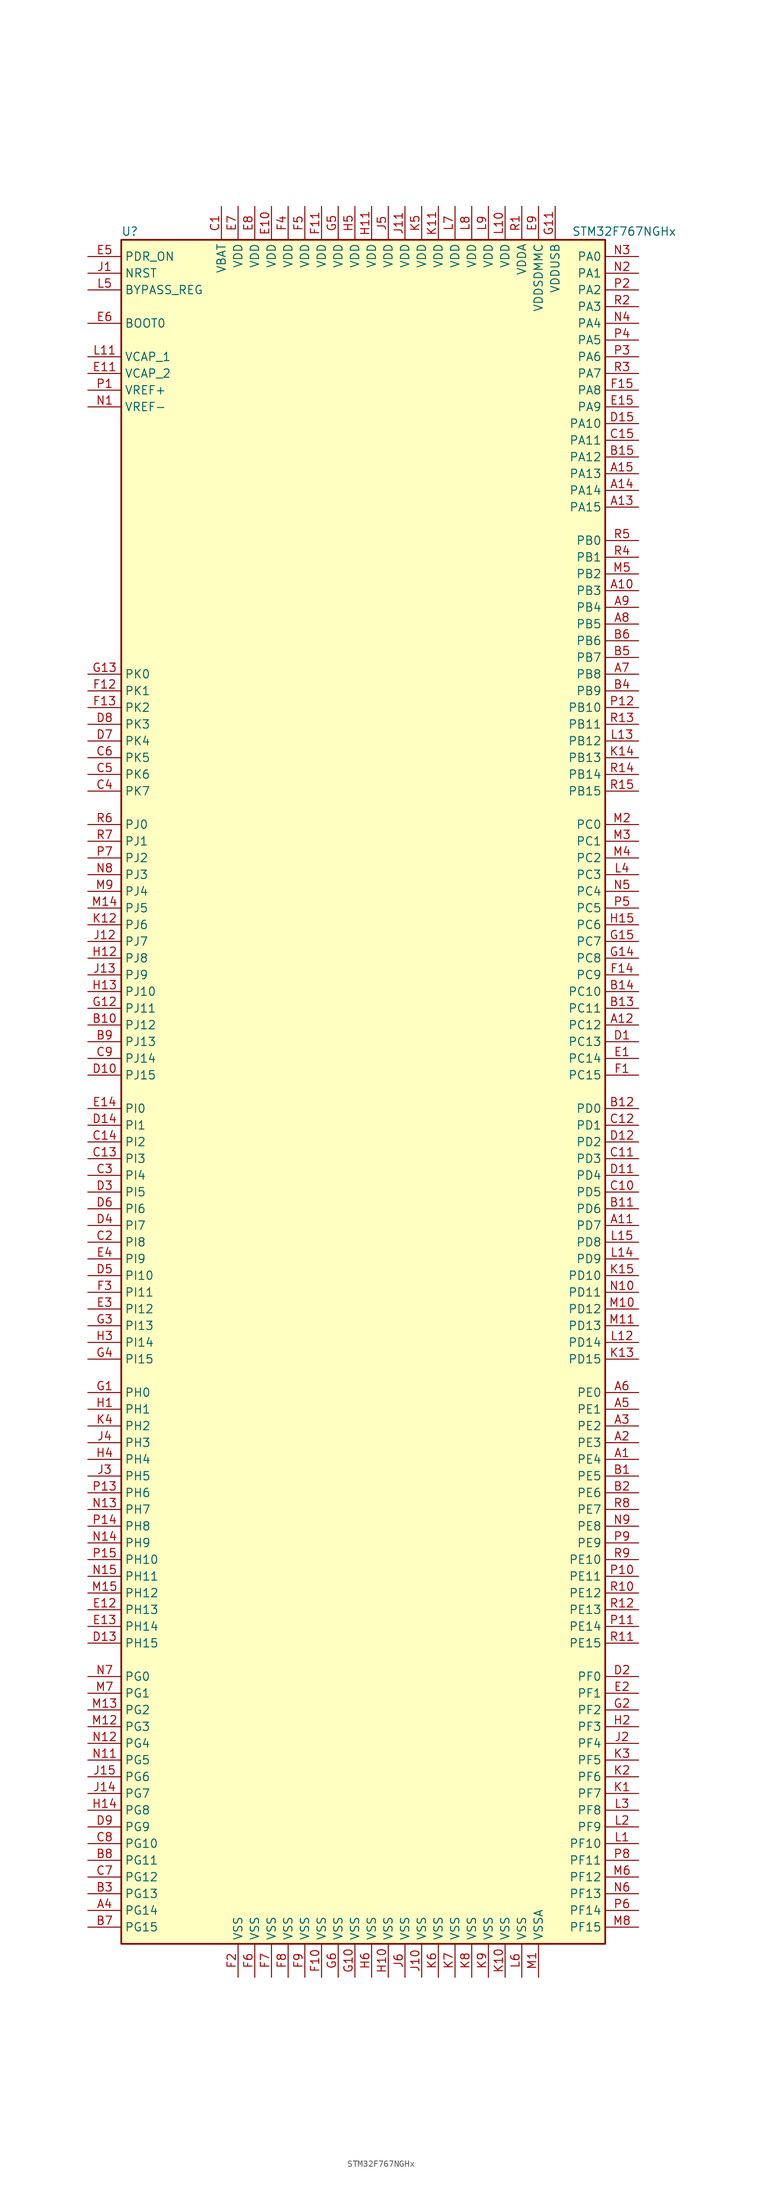
<source format=kicad_sym>
(kicad_symbol_lib
  (version 20201005)
  (generator kicad_symbol_editor)
  (symbol "MCU_ST_STM32F7:STM32F767NGHx"
    (property "Reference" "U"
      (at -38.1 130.81 0)
      (effects (font (size 1.27 1.27)) (justify left)))
    (property "Value" "STM32F767NGHx"
      (at 30.48 130.81 0)
      (effects (font (size 1.27 1.27)) (justify left)))
    (symbol "STM32F767NGHx_0_1"
      (rectangle (start -38.1 -129.54) (end 35.56 129.54) (stroke (width 0.254)) (fill (type background))))
    (symbol "STM32F767NGHx_1_1"
      (pin input line (at -43.18 116.84 0) (length 5.08) (name "BOOT0" (effects (font (size 1.27 1.27)))) (number "E6" (effects (font (size 1.27 1.27)))))
      (pin input line (at -43.18 121.92 0) (length 5.08) (name "BYPASS_REG" (effects (font (size 1.27 1.27)))) (number "L5" (effects (font (size 1.27 1.27)))))
      (pin input line (at -43.18 124.46 0) (length 5.08) (name "NRST" (effects (font (size 1.27 1.27)))) (number "J1" (effects (font (size 1.27 1.27)))))
      (pin bidirectional line (at 40.64 127 180) (length 5.08) (name "PA0" (effects (font (size 1.27 1.27)))) (number "N3" (effects (font (size 1.27 1.27)))))
      (pin bidirectional line (at 40.64 124.46 180) (length 5.08) (name "PA1" (effects (font (size 1.27 1.27)))) (number "N2" (effects (font (size 1.27 1.27)))))
      (pin bidirectional line (at 40.64 101.6 180) (length 5.08) (name "PA10" (effects (font (size 1.27 1.27)))) (number "D15" (effects (font (size 1.27 1.27)))))
      (pin bidirectional line (at 40.64 99.06 180) (length 5.08) (name "PA11" (effects (font (size 1.27 1.27)))) (number "C15" (effects (font (size 1.27 1.27)))))
      (pin bidirectional line (at 40.64 96.52 180) (length 5.08) (name "PA12" (effects (font (size 1.27 1.27)))) (number "B15" (effects (font (size 1.27 1.27)))))
      (pin bidirectional line (at 40.64 93.98 180) (length 5.08) (name "PA13" (effects (font (size 1.27 1.27)))) (number "A15" (effects (font (size 1.27 1.27)))))
      (pin bidirectional line (at 40.64 91.44 180) (length 5.08) (name "PA14" (effects (font (size 1.27 1.27)))) (number "A14" (effects (font (size 1.27 1.27)))))
      (pin bidirectional line (at 40.64 88.9 180) (length 5.08) (name "PA15" (effects (font (size 1.27 1.27)))) (number "A13" (effects (font (size 1.27 1.27)))))
      (pin bidirectional line (at 40.64 121.92 180) (length 5.08) (name "PA2" (effects (font (size 1.27 1.27)))) (number "P2" (effects (font (size 1.27 1.27)))))
      (pin bidirectional line (at 40.64 119.38 180) (length 5.08) (name "PA3" (effects (font (size 1.27 1.27)))) (number "R2" (effects (font (size 1.27 1.27)))))
      (pin bidirectional line (at 40.64 116.84 180) (length 5.08) (name "PA4" (effects (font (size 1.27 1.27)))) (number "N4" (effects (font (size 1.27 1.27)))))
      (pin bidirectional line (at 40.64 114.3 180) (length 5.08) (name "PA5" (effects (font (size 1.27 1.27)))) (number "P4" (effects (font (size 1.27 1.27)))))
      (pin bidirectional line (at 40.64 111.76 180) (length 5.08) (name "PA6" (effects (font (size 1.27 1.27)))) (number "P3" (effects (font (size 1.27 1.27)))))
      (pin bidirectional line (at 40.64 109.22 180) (length 5.08) (name "PA7" (effects (font (size 1.27 1.27)))) (number "R3" (effects (font (size 1.27 1.27)))))
      (pin bidirectional line (at 40.64 106.68 180) (length 5.08) (name "PA8" (effects (font (size 1.27 1.27)))) (number "F15" (effects (font (size 1.27 1.27)))))
      (pin bidirectional line (at 40.64 104.14 180) (length 5.08) (name "PA9" (effects (font (size 1.27 1.27)))) (number "E15" (effects (font (size 1.27 1.27)))))
      (pin bidirectional line (at 40.64 83.82 180) (length 5.08) (name "PB0" (effects (font (size 1.27 1.27)))) (number "R5" (effects (font (size 1.27 1.27)))))
      (pin bidirectional line (at 40.64 81.28 180) (length 5.08) (name "PB1" (effects (font (size 1.27 1.27)))) (number "R4" (effects (font (size 1.27 1.27)))))
      (pin bidirectional line (at 40.64 58.42 180) (length 5.08) (name "PB10" (effects (font (size 1.27 1.27)))) (number "P12" (effects (font (size 1.27 1.27)))))
      (pin bidirectional line (at 40.64 55.88 180) (length 5.08) (name "PB11" (effects (font (size 1.27 1.27)))) (number "R13" (effects (font (size 1.27 1.27)))))
      (pin bidirectional line (at 40.64 53.34 180) (length 5.08) (name "PB12" (effects (font (size 1.27 1.27)))) (number "L13" (effects (font (size 1.27 1.27)))))
      (pin bidirectional line (at 40.64 50.8 180) (length 5.08) (name "PB13" (effects (font (size 1.27 1.27)))) (number "K14" (effects (font (size 1.27 1.27)))))
      (pin bidirectional line (at 40.64 48.26 180) (length 5.08) (name "PB14" (effects (font (size 1.27 1.27)))) (number "R14" (effects (font (size 1.27 1.27)))))
      (pin bidirectional line (at 40.64 45.72 180) (length 5.08) (name "PB15" (effects (font (size 1.27 1.27)))) (number "R15" (effects (font (size 1.27 1.27)))))
      (pin bidirectional line (at 40.64 78.74 180) (length 5.08) (name "PB2" (effects (font (size 1.27 1.27)))) (number "M5" (effects (font (size 1.27 1.27)))))
      (pin bidirectional line (at 40.64 76.2 180) (length 5.08) (name "PB3" (effects (font (size 1.27 1.27)))) (number "A10" (effects (font (size 1.27 1.27)))))
      (pin bidirectional line (at 40.64 73.66 180) (length 5.08) (name "PB4" (effects (font (size 1.27 1.27)))) (number "A9" (effects (font (size 1.27 1.27)))))
      (pin bidirectional line (at 40.64 71.12 180) (length 5.08) (name "PB5" (effects (font (size 1.27 1.27)))) (number "A8" (effects (font (size 1.27 1.27)))))
      (pin bidirectional line (at 40.64 68.58 180) (length 5.08) (name "PB6" (effects (font (size 1.27 1.27)))) (number "B6" (effects (font (size 1.27 1.27)))))
      (pin bidirectional line (at 40.64 66.04 180) (length 5.08) (name "PB7" (effects (font (size 1.27 1.27)))) (number "B5" (effects (font (size 1.27 1.27)))))
      (pin bidirectional line (at 40.64 63.5 180) (length 5.08) (name "PB8" (effects (font (size 1.27 1.27)))) (number "A7" (effects (font (size 1.27 1.27)))))
      (pin bidirectional line (at 40.64 60.96 180) (length 5.08) (name "PB9" (effects (font (size 1.27 1.27)))) (number "B4" (effects (font (size 1.27 1.27)))))
      (pin bidirectional line (at 40.64 40.64 180) (length 5.08) (name "PC0" (effects (font (size 1.27 1.27)))) (number "M2" (effects (font (size 1.27 1.27)))))
      (pin bidirectional line (at 40.64 38.1 180) (length 5.08) (name "PC1" (effects (font (size 1.27 1.27)))) (number "M3" (effects (font (size 1.27 1.27)))))
      (pin bidirectional line (at 40.64 15.24 180) (length 5.08) (name "PC10" (effects (font (size 1.27 1.27)))) (number "B14" (effects (font (size 1.27 1.27)))))
      (pin bidirectional line (at 40.64 12.7 180) (length 5.08) (name "PC11" (effects (font (size 1.27 1.27)))) (number "B13" (effects (font (size 1.27 1.27)))))
      (pin bidirectional line (at 40.64 10.16 180) (length 5.08) (name "PC12" (effects (font (size 1.27 1.27)))) (number "A12" (effects (font (size 1.27 1.27)))))
      (pin bidirectional line (at 40.64 7.62 180) (length 5.08) (name "PC13" (effects (font (size 1.27 1.27)))) (number "D1" (effects (font (size 1.27 1.27)))))
      (pin bidirectional line (at 40.64 5.08 180) (length 5.08) (name "PC14" (effects (font (size 1.27 1.27)))) (number "E1" (effects (font (size 1.27 1.27)))))
      (pin bidirectional line (at 40.64 2.54 180) (length 5.08) (name "PC15" (effects (font (size 1.27 1.27)))) (number "F1" (effects (font (size 1.27 1.27)))))
      (pin bidirectional line (at 40.64 35.56 180) (length 5.08) (name "PC2" (effects (font (size 1.27 1.27)))) (number "M4" (effects (font (size 1.27 1.27)))))
      (pin bidirectional line (at 40.64 33.02 180) (length 5.08) (name "PC3" (effects (font (size 1.27 1.27)))) (number "L4" (effects (font (size 1.27 1.27)))))
      (pin bidirectional line (at 40.64 30.48 180) (length 5.08) (name "PC4" (effects (font (size 1.27 1.27)))) (number "N5" (effects (font (size 1.27 1.27)))))
      (pin bidirectional line (at 40.64 27.94 180) (length 5.08) (name "PC5" (effects (font (size 1.27 1.27)))) (number "P5" (effects (font (size 1.27 1.27)))))
      (pin bidirectional line (at 40.64 25.4 180) (length 5.08) (name "PC6" (effects (font (size 1.27 1.27)))) (number "H15" (effects (font (size 1.27 1.27)))))
      (pin bidirectional line (at 40.64 22.86 180) (length 5.08) (name "PC7" (effects (font (size 1.27 1.27)))) (number "G15" (effects (font (size 1.27 1.27)))))
      (pin bidirectional line (at 40.64 20.32 180) (length 5.08) (name "PC8" (effects (font (size 1.27 1.27)))) (number "G14" (effects (font (size 1.27 1.27)))))
      (pin bidirectional line (at 40.64 17.78 180) (length 5.08) (name "PC9" (effects (font (size 1.27 1.27)))) (number "F14" (effects (font (size 1.27 1.27)))))
      (pin bidirectional line (at 40.64 -2.54 180) (length 5.08) (name "PD0" (effects (font (size 1.27 1.27)))) (number "B12" (effects (font (size 1.27 1.27)))))
      (pin bidirectional line (at 40.64 -5.08 180) (length 5.08) (name "PD1" (effects (font (size 1.27 1.27)))) (number "C12" (effects (font (size 1.27 1.27)))))
      (pin bidirectional line (at 40.64 -27.94 180) (length 5.08) (name "PD10" (effects (font (size 1.27 1.27)))) (number "K15" (effects (font (size 1.27 1.27)))))
      (pin bidirectional line (at 40.64 -30.48 180) (length 5.08) (name "PD11" (effects (font (size 1.27 1.27)))) (number "N10" (effects (font (size 1.27 1.27)))))
      (pin bidirectional line (at 40.64 -33.02 180) (length 5.08) (name "PD12" (effects (font (size 1.27 1.27)))) (number "M10" (effects (font (size 1.27 1.27)))))
      (pin bidirectional line (at 40.64 -35.56 180) (length 5.08) (name "PD13" (effects (font (size 1.27 1.27)))) (number "M11" (effects (font (size 1.27 1.27)))))
      (pin bidirectional line (at 40.64 -38.1 180) (length 5.08) (name "PD14" (effects (font (size 1.27 1.27)))) (number "L12" (effects (font (size 1.27 1.27)))))
      (pin bidirectional line (at 40.64 -40.64 180) (length 5.08) (name "PD15" (effects (font (size 1.27 1.27)))) (number "K13" (effects (font (size 1.27 1.27)))))
      (pin bidirectional line (at 40.64 -7.62 180) (length 5.08) (name "PD2" (effects (font (size 1.27 1.27)))) (number "D12" (effects (font (size 1.27 1.27)))))
      (pin bidirectional line (at 40.64 -10.16 180) (length 5.08) (name "PD3" (effects (font (size 1.27 1.27)))) (number "C11" (effects (font (size 1.27 1.27)))))
      (pin bidirectional line (at 40.64 -12.7 180) (length 5.08) (name "PD4" (effects (font (size 1.27 1.27)))) (number "D11" (effects (font (size 1.27 1.27)))))
      (pin bidirectional line (at 40.64 -15.24 180) (length 5.08) (name "PD5" (effects (font (size 1.27 1.27)))) (number "C10" (effects (font (size 1.27 1.27)))))
      (pin bidirectional line (at 40.64 -17.78 180) (length 5.08) (name "PD6" (effects (font (size 1.27 1.27)))) (number "B11" (effects (font (size 1.27 1.27)))))
      (pin bidirectional line (at 40.64 -20.32 180) (length 5.08) (name "PD7" (effects (font (size 1.27 1.27)))) (number "A11" (effects (font (size 1.27 1.27)))))
      (pin bidirectional line (at 40.64 -22.86 180) (length 5.08) (name "PD8" (effects (font (size 1.27 1.27)))) (number "L15" (effects (font (size 1.27 1.27)))))
      (pin bidirectional line (at 40.64 -25.4 180) (length 5.08) (name "PD9" (effects (font (size 1.27 1.27)))) (number "L14" (effects (font (size 1.27 1.27)))))
      (pin input line (at -43.18 127 0) (length 5.08) (name "PDR_ON" (effects (font (size 1.27 1.27)))) (number "E5" (effects (font (size 1.27 1.27)))))
      (pin bidirectional line (at 40.64 -45.72 180) (length 5.08) (name "PE0" (effects (font (size 1.27 1.27)))) (number "A6" (effects (font (size 1.27 1.27)))))
      (pin bidirectional line (at 40.64 -48.26 180) (length 5.08) (name "PE1" (effects (font (size 1.27 1.27)))) (number "A5" (effects (font (size 1.27 1.27)))))
      (pin bidirectional line (at 40.64 -71.12 180) (length 5.08) (name "PE10" (effects (font (size 1.27 1.27)))) (number "R9" (effects (font (size 1.27 1.27)))))
      (pin bidirectional line (at 40.64 -73.66 180) (length 5.08) (name "PE11" (effects (font (size 1.27 1.27)))) (number "P10" (effects (font (size 1.27 1.27)))))
      (pin bidirectional line (at 40.64 -76.2 180) (length 5.08) (name "PE12" (effects (font (size 1.27 1.27)))) (number "R10" (effects (font (size 1.27 1.27)))))
      (pin bidirectional line (at 40.64 -78.74 180) (length 5.08) (name "PE13" (effects (font (size 1.27 1.27)))) (number "R12" (effects (font (size 1.27 1.27)))))
      (pin bidirectional line (at 40.64 -81.28 180) (length 5.08) (name "PE14" (effects (font (size 1.27 1.27)))) (number "P11" (effects (font (size 1.27 1.27)))))
      (pin bidirectional line (at 40.64 -83.82 180) (length 5.08) (name "PE15" (effects (font (size 1.27 1.27)))) (number "R11" (effects (font (size 1.27 1.27)))))
      (pin bidirectional line (at 40.64 -50.8 180) (length 5.08) (name "PE2" (effects (font (size 1.27 1.27)))) (number "A3" (effects (font (size 1.27 1.27)))))
      (pin bidirectional line (at 40.64 -53.34 180) (length 5.08) (name "PE3" (effects (font (size 1.27 1.27)))) (number "A2" (effects (font (size 1.27 1.27)))))
      (pin bidirectional line (at 40.64 -55.88 180) (length 5.08) (name "PE4" (effects (font (size 1.27 1.27)))) (number "A1" (effects (font (size 1.27 1.27)))))
      (pin bidirectional line (at 40.64 -58.42 180) (length 5.08) (name "PE5" (effects (font (size 1.27 1.27)))) (number "B1" (effects (font (size 1.27 1.27)))))
      (pin bidirectional line (at 40.64 -60.96 180) (length 5.08) (name "PE6" (effects (font (size 1.27 1.27)))) (number "B2" (effects (font (size 1.27 1.27)))))
      (pin bidirectional line (at 40.64 -63.5 180) (length 5.08) (name "PE7" (effects (font (size 1.27 1.27)))) (number "R8" (effects (font (size 1.27 1.27)))))
      (pin bidirectional line (at 40.64 -66.04 180) (length 5.08) (name "PE8" (effects (font (size 1.27 1.27)))) (number "N9" (effects (font (size 1.27 1.27)))))
      (pin bidirectional line (at 40.64 -68.58 180) (length 5.08) (name "PE9" (effects (font (size 1.27 1.27)))) (number "P9" (effects (font (size 1.27 1.27)))))
      (pin bidirectional line (at 40.64 -88.9 180) (length 5.08) (name "PF0" (effects (font (size 1.27 1.27)))) (number "D2" (effects (font (size 1.27 1.27)))))
      (pin bidirectional line (at 40.64 -91.44 180) (length 5.08) (name "PF1" (effects (font (size 1.27 1.27)))) (number "E2" (effects (font (size 1.27 1.27)))))
      (pin bidirectional line (at 40.64 -114.3 180) (length 5.08) (name "PF10" (effects (font (size 1.27 1.27)))) (number "L1" (effects (font (size 1.27 1.27)))))
      (pin bidirectional line (at 40.64 -116.84 180) (length 5.08) (name "PF11" (effects (font (size 1.27 1.27)))) (number "P8" (effects (font (size 1.27 1.27)))))
      (pin bidirectional line (at 40.64 -119.38 180) (length 5.08) (name "PF12" (effects (font (size 1.27 1.27)))) (number "M6" (effects (font (size 1.27 1.27)))))
      (pin bidirectional line (at 40.64 -121.92 180) (length 5.08) (name "PF13" (effects (font (size 1.27 1.27)))) (number "N6" (effects (font (size 1.27 1.27)))))
      (pin bidirectional line (at 40.64 -124.46 180) (length 5.08) (name "PF14" (effects (font (size 1.27 1.27)))) (number "P6" (effects (font (size 1.27 1.27)))))
      (pin bidirectional line (at 40.64 -127 180) (length 5.08) (name "PF15" (effects (font (size 1.27 1.27)))) (number "M8" (effects (font (size 1.27 1.27)))))
      (pin bidirectional line (at 40.64 -93.98 180) (length 5.08) (name "PF2" (effects (font (size 1.27 1.27)))) (number "G2" (effects (font (size 1.27 1.27)))))
      (pin bidirectional line (at 40.64 -96.52 180) (length 5.08) (name "PF3" (effects (font (size 1.27 1.27)))) (number "H2" (effects (font (size 1.27 1.27)))))
      (pin bidirectional line (at 40.64 -99.06 180) (length 5.08) (name "PF4" (effects (font (size 1.27 1.27)))) (number "J2" (effects (font (size 1.27 1.27)))))
      (pin bidirectional line (at 40.64 -101.6 180) (length 5.08) (name "PF5" (effects (font (size 1.27 1.27)))) (number "K3" (effects (font (size 1.27 1.27)))))
      (pin bidirectional line (at 40.64 -104.14 180) (length 5.08) (name "PF6" (effects (font (size 1.27 1.27)))) (number "K2" (effects (font (size 1.27 1.27)))))
      (pin bidirectional line (at 40.64 -106.68 180) (length 5.08) (name "PF7" (effects (font (size 1.27 1.27)))) (number "K1" (effects (font (size 1.27 1.27)))))
      (pin bidirectional line (at 40.64 -109.22 180) (length 5.08) (name "PF8" (effects (font (size 1.27 1.27)))) (number "L3" (effects (font (size 1.27 1.27)))))
      (pin bidirectional line (at 40.64 -111.76 180) (length 5.08) (name "PF9" (effects (font (size 1.27 1.27)))) (number "L2" (effects (font (size 1.27 1.27)))))
      (pin bidirectional line (at -43.18 -88.9 0) (length 5.08) (name "PG0" (effects (font (size 1.27 1.27)))) (number "N7" (effects (font (size 1.27 1.27)))))
      (pin bidirectional line (at -43.18 -91.44 0) (length 5.08) (name "PG1" (effects (font (size 1.27 1.27)))) (number "M7" (effects (font (size 1.27 1.27)))))
      (pin bidirectional line (at -43.18 -114.3 0) (length 5.08) (name "PG10" (effects (font (size 1.27 1.27)))) (number "C8" (effects (font (size 1.27 1.27)))))
      (pin bidirectional line (at -43.18 -116.84 0) (length 5.08) (name "PG11" (effects (font (size 1.27 1.27)))) (number "B8" (effects (font (size 1.27 1.27)))))
      (pin bidirectional line (at -43.18 -119.38 0) (length 5.08) (name "PG12" (effects (font (size 1.27 1.27)))) (number "C7" (effects (font (size 1.27 1.27)))))
      (pin bidirectional line (at -43.18 -121.92 0) (length 5.08) (name "PG13" (effects (font (size 1.27 1.27)))) (number "B3" (effects (font (size 1.27 1.27)))))
      (pin bidirectional line (at -43.18 -124.46 0) (length 5.08) (name "PG14" (effects (font (size 1.27 1.27)))) (number "A4" (effects (font (size 1.27 1.27)))))
      (pin bidirectional line (at -43.18 -127 0) (length 5.08) (name "PG15" (effects (font (size 1.27 1.27)))) (number "B7" (effects (font (size 1.27 1.27)))))
      (pin bidirectional line (at -43.18 -93.98 0) (length 5.08) (name "PG2" (effects (font (size 1.27 1.27)))) (number "M13" (effects (font (size 1.27 1.27)))))
      (pin bidirectional line (at -43.18 -96.52 0) (length 5.08) (name "PG3" (effects (font (size 1.27 1.27)))) (number "M12" (effects (font (size 1.27 1.27)))))
      (pin bidirectional line (at -43.18 -99.06 0) (length 5.08) (name "PG4" (effects (font (size 1.27 1.27)))) (number "N12" (effects (font (size 1.27 1.27)))))
      (pin bidirectional line (at -43.18 -101.6 0) (length 5.08) (name "PG5" (effects (font (size 1.27 1.27)))) (number "N11" (effects (font (size 1.27 1.27)))))
      (pin bidirectional line (at -43.18 -104.14 0) (length 5.08) (name "PG6" (effects (font (size 1.27 1.27)))) (number "J15" (effects (font (size 1.27 1.27)))))
      (pin bidirectional line (at -43.18 -106.68 0) (length 5.08) (name "PG7" (effects (font (size 1.27 1.27)))) (number "J14" (effects (font (size 1.27 1.27)))))
      (pin bidirectional line (at -43.18 -109.22 0) (length 5.08) (name "PG8" (effects (font (size 1.27 1.27)))) (number "H14" (effects (font (size 1.27 1.27)))))
      (pin bidirectional line (at -43.18 -111.76 0) (length 5.08) (name "PG9" (effects (font (size 1.27 1.27)))) (number "D9" (effects (font (size 1.27 1.27)))))
      (pin input line (at -43.18 -45.72 0) (length 5.08) (name "PH0" (effects (font (size 1.27 1.27)))) (number "G1" (effects (font (size 1.27 1.27)))))
      (pin input line (at -43.18 -48.26 0) (length 5.08) (name "PH1" (effects (font (size 1.27 1.27)))) (number "H1" (effects (font (size 1.27 1.27)))))
      (pin bidirectional line (at -43.18 -71.12 0) (length 5.08) (name "PH10" (effects (font (size 1.27 1.27)))) (number "P15" (effects (font (size 1.27 1.27)))))
      (pin bidirectional line (at -43.18 -73.66 0) (length 5.08) (name "PH11" (effects (font (size 1.27 1.27)))) (number "N15" (effects (font (size 1.27 1.27)))))
      (pin bidirectional line (at -43.18 -76.2 0) (length 5.08) (name "PH12" (effects (font (size 1.27 1.27)))) (number "M15" (effects (font (size 1.27 1.27)))))
      (pin bidirectional line (at -43.18 -78.74 0) (length 5.08) (name "PH13" (effects (font (size 1.27 1.27)))) (number "E12" (effects (font (size 1.27 1.27)))))
      (pin bidirectional line (at -43.18 -81.28 0) (length 5.08) (name "PH14" (effects (font (size 1.27 1.27)))) (number "E13" (effects (font (size 1.27 1.27)))))
      (pin bidirectional line (at -43.18 -83.82 0) (length 5.08) (name "PH15" (effects (font (size 1.27 1.27)))) (number "D13" (effects (font (size 1.27 1.27)))))
      (pin bidirectional line (at -43.18 -50.8 0) (length 5.08) (name "PH2" (effects (font (size 1.27 1.27)))) (number "K4" (effects (font (size 1.27 1.27)))))
      (pin bidirectional line (at -43.18 -53.34 0) (length 5.08) (name "PH3" (effects (font (size 1.27 1.27)))) (number "J4" (effects (font (size 1.27 1.27)))))
      (pin bidirectional line (at -43.18 -55.88 0) (length 5.08) (name "PH4" (effects (font (size 1.27 1.27)))) (number "H4" (effects (font (size 1.27 1.27)))))
      (pin bidirectional line (at -43.18 -58.42 0) (length 5.08) (name "PH5" (effects (font (size 1.27 1.27)))) (number "J3" (effects (font (size 1.27 1.27)))))
      (pin bidirectional line (at -43.18 -60.96 0) (length 5.08) (name "PH6" (effects (font (size 1.27 1.27)))) (number "P13" (effects (font (size 1.27 1.27)))))
      (pin bidirectional line (at -43.18 -63.5 0) (length 5.08) (name "PH7" (effects (font (size 1.27 1.27)))) (number "N13" (effects (font (size 1.27 1.27)))))
      (pin bidirectional line (at -43.18 -66.04 0) (length 5.08) (name "PH8" (effects (font (size 1.27 1.27)))) (number "P14" (effects (font (size 1.27 1.27)))))
      (pin bidirectional line (at -43.18 -68.58 0) (length 5.08) (name "PH9" (effects (font (size 1.27 1.27)))) (number "N14" (effects (font (size 1.27 1.27)))))
      (pin bidirectional line (at -43.18 -2.54 0) (length 5.08) (name "PI0" (effects (font (size 1.27 1.27)))) (number "E14" (effects (font (size 1.27 1.27)))))
      (pin bidirectional line (at -43.18 -5.08 0) (length 5.08) (name "PI1" (effects (font (size 1.27 1.27)))) (number "D14" (effects (font (size 1.27 1.27)))))
      (pin bidirectional line (at -43.18 -27.94 0) (length 5.08) (name "PI10" (effects (font (size 1.27 1.27)))) (number "D5" (effects (font (size 1.27 1.27)))))
      (pin bidirectional line (at -43.18 -30.48 0) (length 5.08) (name "PI11" (effects (font (size 1.27 1.27)))) (number "F3" (effects (font (size 1.27 1.27)))))
      (pin bidirectional line (at -43.18 -33.02 0) (length 5.08) (name "PI12" (effects (font (size 1.27 1.27)))) (number "E3" (effects (font (size 1.27 1.27)))))
      (pin bidirectional line (at -43.18 -35.56 0) (length 5.08) (name "PI13" (effects (font (size 1.27 1.27)))) (number "G3" (effects (font (size 1.27 1.27)))))
      (pin bidirectional line (at -43.18 -38.1 0) (length 5.08) (name "PI14" (effects (font (size 1.27 1.27)))) (number "H3" (effects (font (size 1.27 1.27)))))
      (pin bidirectional line (at -43.18 -40.64 0) (length 5.08) (name "PI15" (effects (font (size 1.27 1.27)))) (number "G4" (effects (font (size 1.27 1.27)))))
      (pin bidirectional line (at -43.18 -7.62 0) (length 5.08) (name "PI2" (effects (font (size 1.27 1.27)))) (number "C14" (effects (font (size 1.27 1.27)))))
      (pin bidirectional line (at -43.18 -10.16 0) (length 5.08) (name "PI3" (effects (font (size 1.27 1.27)))) (number "C13" (effects (font (size 1.27 1.27)))))
      (pin bidirectional line (at -43.18 -12.7 0) (length 5.08) (name "PI4" (effects (font (size 1.27 1.27)))) (number "C3" (effects (font (size 1.27 1.27)))))
      (pin bidirectional line (at -43.18 -15.24 0) (length 5.08) (name "PI5" (effects (font (size 1.27 1.27)))) (number "D3" (effects (font (size 1.27 1.27)))))
      (pin bidirectional line (at -43.18 -17.78 0) (length 5.08) (name "PI6" (effects (font (size 1.27 1.27)))) (number "D6" (effects (font (size 1.27 1.27)))))
      (pin bidirectional line (at -43.18 -20.32 0) (length 5.08) (name "PI7" (effects (font (size 1.27 1.27)))) (number "D4" (effects (font (size 1.27 1.27)))))
      (pin bidirectional line (at -43.18 -22.86 0) (length 5.08) (name "PI8" (effects (font (size 1.27 1.27)))) (number "C2" (effects (font (size 1.27 1.27)))))
      (pin bidirectional line (at -43.18 -25.4 0) (length 5.08) (name "PI9" (effects (font (size 1.27 1.27)))) (number "E4" (effects (font (size 1.27 1.27)))))
      (pin bidirectional line (at -43.18 40.64 0) (length 5.08) (name "PJ0" (effects (font (size 1.27 1.27)))) (number "R6" (effects (font (size 1.27 1.27)))))
      (pin bidirectional line (at -43.18 38.1 0) (length 5.08) (name "PJ1" (effects (font (size 1.27 1.27)))) (number "R7" (effects (font (size 1.27 1.27)))))
      (pin bidirectional line (at -43.18 15.24 0) (length 5.08) (name "PJ10" (effects (font (size 1.27 1.27)))) (number "H13" (effects (font (size 1.27 1.27)))))
      (pin bidirectional line (at -43.18 12.7 0) (length 5.08) (name "PJ11" (effects (font (size 1.27 1.27)))) (number "G12" (effects (font (size 1.27 1.27)))))
      (pin bidirectional line (at -43.18 10.16 0) (length 5.08) (name "PJ12" (effects (font (size 1.27 1.27)))) (number "B10" (effects (font (size 1.27 1.27)))))
      (pin bidirectional line (at -43.18 7.62 0) (length 5.08) (name "PJ13" (effects (font (size 1.27 1.27)))) (number "B9" (effects (font (size 1.27 1.27)))))
      (pin bidirectional line (at -43.18 5.08 0) (length 5.08) (name "PJ14" (effects (font (size 1.27 1.27)))) (number "C9" (effects (font (size 1.27 1.27)))))
      (pin bidirectional line (at -43.18 2.54 0) (length 5.08) (name "PJ15" (effects (font (size 1.27 1.27)))) (number "D10" (effects (font (size 1.27 1.27)))))
      (pin bidirectional line (at -43.18 35.56 0) (length 5.08) (name "PJ2" (effects (font (size 1.27 1.27)))) (number "P7" (effects (font (size 1.27 1.27)))))
      (pin bidirectional line (at -43.18 33.02 0) (length 5.08) (name "PJ3" (effects (font (size 1.27 1.27)))) (number "N8" (effects (font (size 1.27 1.27)))))
      (pin bidirectional line (at -43.18 30.48 0) (length 5.08) (name "PJ4" (effects (font (size 1.27 1.27)))) (number "M9" (effects (font (size 1.27 1.27)))))
      (pin bidirectional line (at -43.18 27.94 0) (length 5.08) (name "PJ5" (effects (font (size 1.27 1.27)))) (number "M14" (effects (font (size 1.27 1.27)))))
      (pin bidirectional line (at -43.18 25.4 0) (length 5.08) (name "PJ6" (effects (font (size 1.27 1.27)))) (number "K12" (effects (font (size 1.27 1.27)))))
      (pin bidirectional line (at -43.18 22.86 0) (length 5.08) (name "PJ7" (effects (font (size 1.27 1.27)))) (number "J12" (effects (font (size 1.27 1.27)))))
      (pin bidirectional line (at -43.18 20.32 0) (length 5.08) (name "PJ8" (effects (font (size 1.27 1.27)))) (number "H12" (effects (font (size 1.27 1.27)))))
      (pin bidirectional line (at -43.18 17.78 0) (length 5.08) (name "PJ9" (effects (font (size 1.27 1.27)))) (number "J13" (effects (font (size 1.27 1.27)))))
      (pin bidirectional line (at -43.18 63.5 0) (length 5.08) (name "PK0" (effects (font (size 1.27 1.27)))) (number "G13" (effects (font (size 1.27 1.27)))))
      (pin bidirectional line (at -43.18 60.96 0) (length 5.08) (name "PK1" (effects (font (size 1.27 1.27)))) (number "F12" (effects (font (size 1.27 1.27)))))
      (pin bidirectional line (at -43.18 58.42 0) (length 5.08) (name "PK2" (effects (font (size 1.27 1.27)))) (number "F13" (effects (font (size 1.27 1.27)))))
      (pin bidirectional line (at -43.18 55.88 0) (length 5.08) (name "PK3" (effects (font (size 1.27 1.27)))) (number "D8" (effects (font (size 1.27 1.27)))))
      (pin bidirectional line (at -43.18 53.34 0) (length 5.08) (name "PK4" (effects (font (size 1.27 1.27)))) (number "D7" (effects (font (size 1.27 1.27)))))
      (pin bidirectional line (at -43.18 50.8 0) (length 5.08) (name "PK5" (effects (font (size 1.27 1.27)))) (number "C6" (effects (font (size 1.27 1.27)))))
      (pin bidirectional line (at -43.18 48.26 0) (length 5.08) (name "PK6" (effects (font (size 1.27 1.27)))) (number "C5" (effects (font (size 1.27 1.27)))))
      (pin bidirectional line (at -43.18 45.72 0) (length 5.08) (name "PK7" (effects (font (size 1.27 1.27)))) (number "C4" (effects (font (size 1.27 1.27)))))
      (pin power_in line (at -22.86 134.62 270) (length 5.08) (name "VBAT" (effects (font (size 1.27 1.27)))) (number "C1" (effects (font (size 1.27 1.27)))))
      (pin power_in line (at -43.18 111.76 0) (length 5.08) (name "VCAP_1" (effects (font (size 1.27 1.27)))) (number "L11" (effects (font (size 1.27 1.27)))))
      (pin power_in line (at -43.18 109.22 0) (length 5.08) (name "VCAP_2" (effects (font (size 1.27 1.27)))) (number "E11" (effects (font (size 1.27 1.27)))))
      (pin power_in line (at -15.24 134.62 270) (length 5.08) (name "VDD" (effects (font (size 1.27 1.27)))) (number "E10" (effects (font (size 1.27 1.27)))))
      (pin power_in line (at -20.32 134.62 270) (length 5.08) (name "VDD" (effects (font (size 1.27 1.27)))) (number "E7" (effects (font (size 1.27 1.27)))))
      (pin power_in line (at -17.78 134.62 270) (length 5.08) (name "VDD" (effects (font (size 1.27 1.27)))) (number "E8" (effects (font (size 1.27 1.27)))))
      (pin power_in line (at -7.62 134.62 270) (length 5.08) (name "VDD" (effects (font (size 1.27 1.27)))) (number "F11" (effects (font (size 1.27 1.27)))))
      (pin power_in line (at -12.7 134.62 270) (length 5.08) (name "VDD" (effects (font (size 1.27 1.27)))) (number "F4" (effects (font (size 1.27 1.27)))))
      (pin power_in line (at -10.16 134.62 270) (length 5.08) (name "VDD" (effects (font (size 1.27 1.27)))) (number "F5" (effects (font (size 1.27 1.27)))))
      (pin power_in line (at -5.08 134.62 270) (length 5.08) (name "VDD" (effects (font (size 1.27 1.27)))) (number "G5" (effects (font (size 1.27 1.27)))))
      (pin power_in line (at 0 134.62 270) (length 5.08) (name "VDD" (effects (font (size 1.27 1.27)))) (number "H11" (effects (font (size 1.27 1.27)))))
      (pin power_in line (at -2.54 134.62 270) (length 5.08) (name "VDD" (effects (font (size 1.27 1.27)))) (number "H5" (effects (font (size 1.27 1.27)))))
      (pin power_in line (at 5.08 134.62 270) (length 5.08) (name "VDD" (effects (font (size 1.27 1.27)))) (number "J11" (effects (font (size 1.27 1.27)))))
      (pin power_in line (at 2.54 134.62 270) (length 5.08) (name "VDD" (effects (font (size 1.27 1.27)))) (number "J5" (effects (font (size 1.27 1.27)))))
      (pin power_in line (at 10.16 134.62 270) (length 5.08) (name "VDD" (effects (font (size 1.27 1.27)))) (number "K11" (effects (font (size 1.27 1.27)))))
      (pin power_in line (at 7.62 134.62 270) (length 5.08) (name "VDD" (effects (font (size 1.27 1.27)))) (number "K5" (effects (font (size 1.27 1.27)))))
      (pin power_in line (at 20.32 134.62 270) (length 5.08) (name "VDD" (effects (font (size 1.27 1.27)))) (number "L10" (effects (font (size 1.27 1.27)))))
      (pin power_in line (at 12.7 134.62 270) (length 5.08) (name "VDD" (effects (font (size 1.27 1.27)))) (number "L7" (effects (font (size 1.27 1.27)))))
      (pin power_in line (at 15.24 134.62 270) (length 5.08) (name "VDD" (effects (font (size 1.27 1.27)))) (number "L8" (effects (font (size 1.27 1.27)))))
      (pin power_in line (at 17.78 134.62 270) (length 5.08) (name "VDD" (effects (font (size 1.27 1.27)))) (number "L9" (effects (font (size 1.27 1.27)))))
      (pin power_in line (at 22.86 134.62 270) (length 5.08) (name "VDDA" (effects (font (size 1.27 1.27)))) (number "R1" (effects (font (size 1.27 1.27)))))
      (pin power_in line (at 25.4 134.62 270) (length 5.08) (name "VDDSDMMC" (effects (font (size 1.27 1.27)))) (number "E9" (effects (font (size 1.27 1.27)))))
      (pin power_in line (at 27.94 134.62 270) (length 5.08) (name "VDDUSB" (effects (font (size 1.27 1.27)))) (number "G11" (effects (font (size 1.27 1.27)))))
      (pin power_in line (at -43.18 106.68 0) (length 5.08) (name "VREF+" (effects (font (size 1.27 1.27)))) (number "P1" (effects (font (size 1.27 1.27)))))
      (pin power_in line (at -43.18 104.14 0) (length 5.08) (name "VREF-" (effects (font (size 1.27 1.27)))) (number "N1" (effects (font (size 1.27 1.27)))))
      (pin power_in line (at -7.62 -134.62 90) (length 5.08) (name "VSS" (effects (font (size 1.27 1.27)))) (number "F10" (effects (font (size 1.27 1.27)))))
      (pin power_in line (at -20.32 -134.62 90) (length 5.08) (name "VSS" (effects (font (size 1.27 1.27)))) (number "F2" (effects (font (size 1.27 1.27)))))
      (pin power_in line (at -17.78 -134.62 90) (length 5.08) (name "VSS" (effects (font (size 1.27 1.27)))) (number "F6" (effects (font (size 1.27 1.27)))))
      (pin power_in line (at -15.24 -134.62 90) (length 5.08) (name "VSS" (effects (font (size 1.27 1.27)))) (number "F7" (effects (font (size 1.27 1.27)))))
      (pin power_in line (at -12.7 -134.62 90) (length 5.08) (name "VSS" (effects (font (size 1.27 1.27)))) (number "F8" (effects (font (size 1.27 1.27)))))
      (pin power_in line (at -10.16 -134.62 90) (length 5.08) (name "VSS" (effects (font (size 1.27 1.27)))) (number "F9" (effects (font (size 1.27 1.27)))))
      (pin power_in line (at -2.54 -134.62 90) (length 5.08) (name "VSS" (effects (font (size 1.27 1.27)))) (number "G10" (effects (font (size 1.27 1.27)))))
      (pin power_in line (at -5.08 -134.62 90) (length 5.08) (name "VSS" (effects (font (size 1.27 1.27)))) (number "G6" (effects (font (size 1.27 1.27)))))
      (pin power_in line (at 2.54 -134.62 90) (length 5.08) (name "VSS" (effects (font (size 1.27 1.27)))) (number "H10" (effects (font (size 1.27 1.27)))))
      (pin power_in line (at 0 -134.62 90) (length 5.08) (name "VSS" (effects (font (size 1.27 1.27)))) (number "H6" (effects (font (size 1.27 1.27)))))
      (pin power_in line (at 7.62 -134.62 90) (length 5.08) (name "VSS" (effects (font (size 1.27 1.27)))) (number "J10" (effects (font (size 1.27 1.27)))))
      (pin power_in line (at 5.08 -134.62 90) (length 5.08) (name "VSS" (effects (font (size 1.27 1.27)))) (number "J6" (effects (font (size 1.27 1.27)))))
      (pin power_in line (at 20.32 -134.62 90) (length 5.08) (name "VSS" (effects (font (size 1.27 1.27)))) (number "K10" (effects (font (size 1.27 1.27)))))
      (pin power_in line (at 10.16 -134.62 90) (length 5.08) (name "VSS" (effects (font (size 1.27 1.27)))) (number "K6" (effects (font (size 1.27 1.27)))))
      (pin power_in line (at 12.7 -134.62 90) (length 5.08) (name "VSS" (effects (font (size 1.27 1.27)))) (number "K7" (effects (font (size 1.27 1.27)))))
      (pin power_in line (at 15.24 -134.62 90) (length 5.08) (name "VSS" (effects (font (size 1.27 1.27)))) (number "K8" (effects (font (size 1.27 1.27)))))
      (pin power_in line (at 17.78 -134.62 90) (length 5.08) (name "VSS" (effects (font (size 1.27 1.27)))) (number "K9" (effects (font (size 1.27 1.27)))))
      (pin power_in line (at 22.86 -134.62 90) (length 5.08) (name "VSS" (effects (font (size 1.27 1.27)))) (number "L6" (effects (font (size 1.27 1.27)))))
      (pin power_in line (at 25.4 -134.62 90) (length 5.08) (name "VSSA" (effects (font (size 1.27 1.27)))) (number "M1" (effects (font (size 1.27 1.27))))))))
</source>
